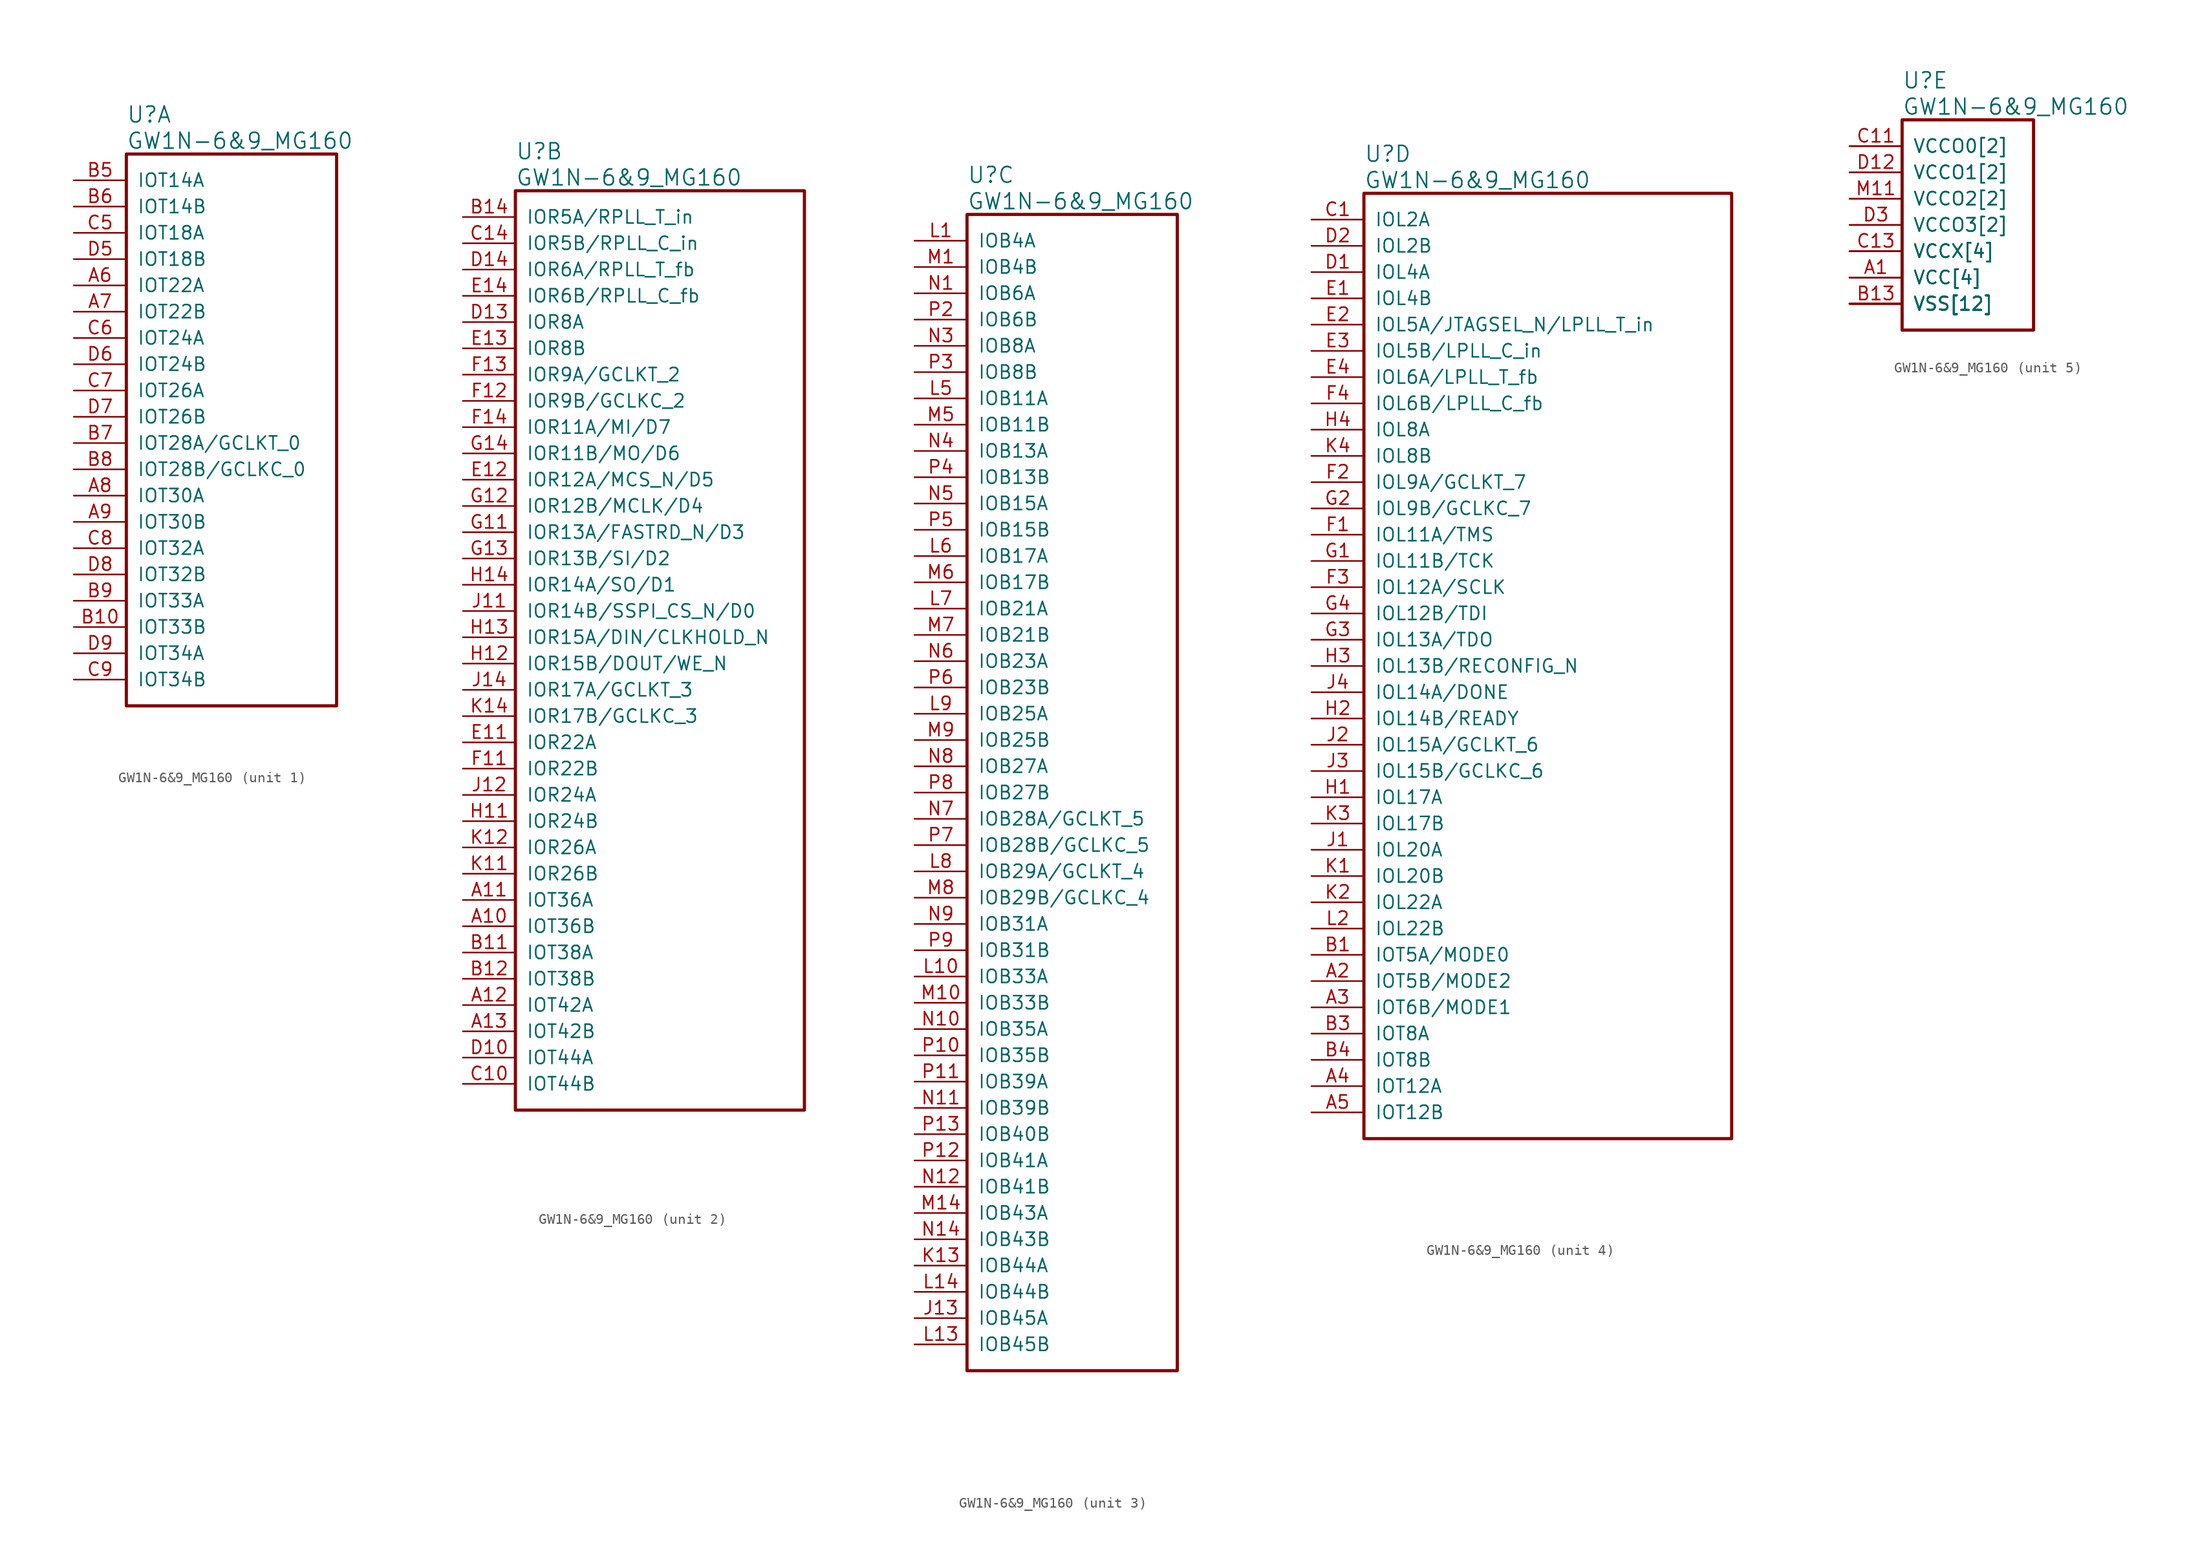
<source format=kicad_sym>
(kicad_symbol_lib
  (version 20211014)
  (generator kicad_symbol_editor)
  (symbol "GW1N-6&9_MG160"
    (pin_names
      (offset 1.016))
    (property "Reference" "U"
      (at 5.08 6.35 0)
      (effects (font (size 1.524 1.524)) (justify left)))
    (property "Value" "GW1N-6&9_MG160"
      (at 5.08 3.81 0)
      (effects (font (size 1.524 1.524)) (justify left)))
    (property "ki_locked" ""
      (at 0 0 0)
      (effects (font (size 1.27 1.27))))
    (symbol "GW1N-6&9_MG160_1_1"
      (rectangle (start 5.08 2.54) (end 25.4 -50.8) (stroke (width 0.305) (type default) (color 0 0 0 0)) (fill (type none)))
      (pin bidirectional line (at 0 -10.16 0) (length 5.08) (name "IOT22A" (effects (font (size 1.27 1.27)))) (number "A6" (effects (font (size 1.27 1.27)))))
      (pin bidirectional line (at 0 -12.7 0) (length 5.08) (name "IOT22B" (effects (font (size 1.27 1.27)))) (number "A7" (effects (font (size 1.27 1.27)))))
      (pin bidirectional line (at 0 -30.48 0) (length 5.08) (name "IOT30A" (effects (font (size 1.27 1.27)))) (number "A8" (effects (font (size 1.27 1.27)))))
      (pin bidirectional line (at 0 -33.02 0) (length 5.08) (name "IOT30B" (effects (font (size 1.27 1.27)))) (number "A9" (effects (font (size 1.27 1.27)))))
      (pin bidirectional line (at 0 -43.18 0) (length 5.08) (name "IOT33B" (effects (font (size 1.27 1.27)))) (number "B10" (effects (font (size 1.27 1.27)))))
      (pin bidirectional line (at 0 0 0) (length 5.08) (name "IOT14A" (effects (font (size 1.27 1.27)))) (number "B5" (effects (font (size 1.27 1.27)))))
      (pin bidirectional line (at 0 -2.54 0) (length 5.08) (name "IOT14B" (effects (font (size 1.27 1.27)))) (number "B6" (effects (font (size 1.27 1.27)))))
      (pin bidirectional line (at 0 -25.4 0) (length 5.08) (name "IOT28A/GCLKT_0" (effects (font (size 1.27 1.27)))) (number "B7" (effects (font (size 1.27 1.27)))))
      (pin bidirectional line (at 0 -27.94 0) (length 5.08) (name "IOT28B/GCLKC_0" (effects (font (size 1.27 1.27)))) (number "B8" (effects (font (size 1.27 1.27)))))
      (pin bidirectional line (at 0 -40.64 0) (length 5.08) (name "IOT33A" (effects (font (size 1.27 1.27)))) (number "B9" (effects (font (size 1.27 1.27)))))
      (pin bidirectional line (at 0 -5.08 0) (length 5.08) (name "IOT18A" (effects (font (size 1.27 1.27)))) (number "C5" (effects (font (size 1.27 1.27)))))
      (pin bidirectional line (at 0 -15.24 0) (length 5.08) (name "IOT24A" (effects (font (size 1.27 1.27)))) (number "C6" (effects (font (size 1.27 1.27)))))
      (pin bidirectional line (at 0 -20.32 0) (length 5.08) (name "IOT26A" (effects (font (size 1.27 1.27)))) (number "C7" (effects (font (size 1.27 1.27)))))
      (pin bidirectional line (at 0 -35.56 0) (length 5.08) (name "IOT32A" (effects (font (size 1.27 1.27)))) (number "C8" (effects (font (size 1.27 1.27)))))
      (pin bidirectional line (at 0 -48.26 0) (length 5.08) (name "IOT34B" (effects (font (size 1.27 1.27)))) (number "C9" (effects (font (size 1.27 1.27)))))
      (pin bidirectional line (at 0 -7.62 0) (length 5.08) (name "IOT18B" (effects (font (size 1.27 1.27)))) (number "D5" (effects (font (size 1.27 1.27)))))
      (pin bidirectional line (at 0 -17.78 0) (length 5.08) (name "IOT24B" (effects (font (size 1.27 1.27)))) (number "D6" (effects (font (size 1.27 1.27)))))
      (pin bidirectional line (at 0 -22.86 0) (length 5.08) (name "IOT26B" (effects (font (size 1.27 1.27)))) (number "D7" (effects (font (size 1.27 1.27)))))
      (pin bidirectional line (at 0 -38.1 0) (length 5.08) (name "IOT32B" (effects (font (size 1.27 1.27)))) (number "D8" (effects (font (size 1.27 1.27)))))
      (pin bidirectional line (at 0 -45.72 0) (length 5.08) (name "IOT34A" (effects (font (size 1.27 1.27)))) (number "D9" (effects (font (size 1.27 1.27))))))
    (symbol "GW1N-6&9_MG160_2_1"
      (rectangle (start 5.08 2.54) (end 33.02 -86.36) (stroke (width 0.305) (type default) (color 0 0 0 0)) (fill (type none)))
      (pin bidirectional line (at 0 -68.58 0) (length 5.08) (name "IOT36B" (effects (font (size 1.27 1.27)))) (number "A10" (effects (font (size 1.27 1.27)))))
      (pin bidirectional line (at 0 -66.04 0) (length 5.08) (name "IOT36A" (effects (font (size 1.27 1.27)))) (number "A11" (effects (font (size 1.27 1.27)))))
      (pin bidirectional line (at 0 -76.2 0) (length 5.08) (name "IOT42A" (effects (font (size 1.27 1.27)))) (number "A12" (effects (font (size 1.27 1.27)))))
      (pin bidirectional line (at 0 -78.74 0) (length 5.08) (name "IOT42B" (effects (font (size 1.27 1.27)))) (number "A13" (effects (font (size 1.27 1.27)))))
      (pin bidirectional line (at 0 -71.12 0) (length 5.08) (name "IOT38A" (effects (font (size 1.27 1.27)))) (number "B11" (effects (font (size 1.27 1.27)))))
      (pin bidirectional line (at 0 -73.66 0) (length 5.08) (name "IOT38B" (effects (font (size 1.27 1.27)))) (number "B12" (effects (font (size 1.27 1.27)))))
      (pin bidirectional line (at 0 0 0) (length 5.08) (name "IOR5A/RPLL_T_in" (effects (font (size 1.27 1.27)))) (number "B14" (effects (font (size 1.27 1.27)))))
      (pin bidirectional line (at 0 -83.82 0) (length 5.08) (name "IOT44B" (effects (font (size 1.27 1.27)))) (number "C10" (effects (font (size 1.27 1.27)))))
      (pin bidirectional line (at 0 -2.54 0) (length 5.08) (name "IOR5B/RPLL_C_in" (effects (font (size 1.27 1.27)))) (number "C14" (effects (font (size 1.27 1.27)))))
      (pin bidirectional line (at 0 -81.28 0) (length 5.08) (name "IOT44A" (effects (font (size 1.27 1.27)))) (number "D10" (effects (font (size 1.27 1.27)))))
      (pin bidirectional line (at 0 -10.16 0) (length 5.08) (name "IOR8A" (effects (font (size 1.27 1.27)))) (number "D13" (effects (font (size 1.27 1.27)))))
      (pin bidirectional line (at 0 -5.08 0) (length 5.08) (name "IOR6A/RPLL_T_fb" (effects (font (size 1.27 1.27)))) (number "D14" (effects (font (size 1.27 1.27)))))
      (pin bidirectional line (at 0 -50.8 0) (length 5.08) (name "IOR22A" (effects (font (size 1.27 1.27)))) (number "E11" (effects (font (size 1.27 1.27)))))
      (pin bidirectional line (at 0 -25.4 0) (length 5.08) (name "IOR12A/MCS_N/D5" (effects (font (size 1.27 1.27)))) (number "E12" (effects (font (size 1.27 1.27)))))
      (pin bidirectional line (at 0 -12.7 0) (length 5.08) (name "IOR8B" (effects (font (size 1.27 1.27)))) (number "E13" (effects (font (size 1.27 1.27)))))
      (pin bidirectional line (at 0 -7.62 0) (length 5.08) (name "IOR6B/RPLL_C_fb" (effects (font (size 1.27 1.27)))) (number "E14" (effects (font (size 1.27 1.27)))))
      (pin bidirectional line (at 0 -53.34 0) (length 5.08) (name "IOR22B" (effects (font (size 1.27 1.27)))) (number "F11" (effects (font (size 1.27 1.27)))))
      (pin bidirectional line (at 0 -17.78 0) (length 5.08) (name "IOR9B/GCLKC_2" (effects (font (size 1.27 1.27)))) (number "F12" (effects (font (size 1.27 1.27)))))
      (pin bidirectional line (at 0 -15.24 0) (length 5.08) (name "IOR9A/GCLKT_2" (effects (font (size 1.27 1.27)))) (number "F13" (effects (font (size 1.27 1.27)))))
      (pin bidirectional line (at 0 -20.32 0) (length 5.08) (name "IOR11A/MI/D7" (effects (font (size 1.27 1.27)))) (number "F14" (effects (font (size 1.27 1.27)))))
      (pin bidirectional line (at 0 -30.48 0) (length 5.08) (name "IOR13A/FASTRD_N/D3" (effects (font (size 1.27 1.27)))) (number "G11" (effects (font (size 1.27 1.27)))))
      (pin bidirectional line (at 0 -27.94 0) (length 5.08) (name "IOR12B/MCLK/D4" (effects (font (size 1.27 1.27)))) (number "G12" (effects (font (size 1.27 1.27)))))
      (pin bidirectional line (at 0 -33.02 0) (length 5.08) (name "IOR13B/SI/D2" (effects (font (size 1.27 1.27)))) (number "G13" (effects (font (size 1.27 1.27)))))
      (pin bidirectional line (at 0 -22.86 0) (length 5.08) (name "IOR11B/MO/D6" (effects (font (size 1.27 1.27)))) (number "G14" (effects (font (size 1.27 1.27)))))
      (pin bidirectional line (at 0 -58.42 0) (length 5.08) (name "IOR24B" (effects (font (size 1.27 1.27)))) (number "H11" (effects (font (size 1.27 1.27)))))
      (pin bidirectional line (at 0 -43.18 0) (length 5.08) (name "IOR15B/DOUT/WE_N" (effects (font (size 1.27 1.27)))) (number "H12" (effects (font (size 1.27 1.27)))))
      (pin bidirectional line (at 0 -40.64 0) (length 5.08) (name "IOR15A/DIN/CLKHOLD_N" (effects (font (size 1.27 1.27)))) (number "H13" (effects (font (size 1.27 1.27)))))
      (pin bidirectional line (at 0 -35.56 0) (length 5.08) (name "IOR14A/SO/D1" (effects (font (size 1.27 1.27)))) (number "H14" (effects (font (size 1.27 1.27)))))
      (pin bidirectional line (at 0 -38.1 0) (length 5.08) (name "IOR14B/SSPI_CS_N/D0" (effects (font (size 1.27 1.27)))) (number "J11" (effects (font (size 1.27 1.27)))))
      (pin bidirectional line (at 0 -55.88 0) (length 5.08) (name "IOR24A" (effects (font (size 1.27 1.27)))) (number "J12" (effects (font (size 1.27 1.27)))))
      (pin bidirectional line (at 0 -45.72 0) (length 5.08) (name "IOR17A/GCLKT_3" (effects (font (size 1.27 1.27)))) (number "J14" (effects (font (size 1.27 1.27)))))
      (pin bidirectional line (at 0 -63.5 0) (length 5.08) (name "IOR26B" (effects (font (size 1.27 1.27)))) (number "K11" (effects (font (size 1.27 1.27)))))
      (pin bidirectional line (at 0 -60.96 0) (length 5.08) (name "IOR26A" (effects (font (size 1.27 1.27)))) (number "K12" (effects (font (size 1.27 1.27)))))
      (pin bidirectional line (at 0 -48.26 0) (length 5.08) (name "IOR17B/GCLKC_3" (effects (font (size 1.27 1.27)))) (number "K14" (effects (font (size 1.27 1.27))))))
    (symbol "GW1N-6&9_MG160_3_1"
      (rectangle (start 5.08 2.54) (end 25.4 -109.22) (stroke (width 0.305) (type default) (color 0 0 0 0)) (fill (type none)))
      (pin bidirectional line (at 0 -104.14 0) (length 5.08) (name "IOB45A" (effects (font (size 1.27 1.27)))) (number "J13" (effects (font (size 1.27 1.27)))))
      (pin bidirectional line (at 0 -99.06 0) (length 5.08) (name "IOB44A" (effects (font (size 1.27 1.27)))) (number "K13" (effects (font (size 1.27 1.27)))))
      (pin bidirectional line (at 0 0 0) (length 5.08) (name "IOB4A" (effects (font (size 1.27 1.27)))) (number "L1" (effects (font (size 1.27 1.27)))))
      (pin bidirectional line (at 0 -71.12 0) (length 5.08) (name "IOB33A" (effects (font (size 1.27 1.27)))) (number "L10" (effects (font (size 1.27 1.27)))))
      (pin bidirectional line (at 0 -106.68 0) (length 5.08) (name "IOB45B" (effects (font (size 1.27 1.27)))) (number "L13" (effects (font (size 1.27 1.27)))))
      (pin bidirectional line (at 0 -101.6 0) (length 5.08) (name "IOB44B" (effects (font (size 1.27 1.27)))) (number "L14" (effects (font (size 1.27 1.27)))))
      (pin bidirectional line (at 0 -15.24 0) (length 5.08) (name "IOB11A" (effects (font (size 1.27 1.27)))) (number "L5" (effects (font (size 1.27 1.27)))))
      (pin bidirectional line (at 0 -30.48 0) (length 5.08) (name "IOB17A" (effects (font (size 1.27 1.27)))) (number "L6" (effects (font (size 1.27 1.27)))))
      (pin bidirectional line (at 0 -35.56 0) (length 5.08) (name "IOB21A" (effects (font (size 1.27 1.27)))) (number "L7" (effects (font (size 1.27 1.27)))))
      (pin bidirectional line (at 0 -60.96 0) (length 5.08) (name "IOB29A/GCLKT_4" (effects (font (size 1.27 1.27)))) (number "L8" (effects (font (size 1.27 1.27)))))
      (pin bidirectional line (at 0 -45.72 0) (length 5.08) (name "IOB25A" (effects (font (size 1.27 1.27)))) (number "L9" (effects (font (size 1.27 1.27)))))
      (pin bidirectional line (at 0 -2.54 0) (length 5.08) (name "IOB4B" (effects (font (size 1.27 1.27)))) (number "M1" (effects (font (size 1.27 1.27)))))
      (pin bidirectional line (at 0 -73.66 0) (length 5.08) (name "IOB33B" (effects (font (size 1.27 1.27)))) (number "M10" (effects (font (size 1.27 1.27)))))
      (pin bidirectional line (at 0 -93.98 0) (length 5.08) (name "IOB43A" (effects (font (size 1.27 1.27)))) (number "M14" (effects (font (size 1.27 1.27)))))
      (pin bidirectional line (at 0 -17.78 0) (length 5.08) (name "IOB11B" (effects (font (size 1.27 1.27)))) (number "M5" (effects (font (size 1.27 1.27)))))
      (pin bidirectional line (at 0 -33.02 0) (length 5.08) (name "IOB17B" (effects (font (size 1.27 1.27)))) (number "M6" (effects (font (size 1.27 1.27)))))
      (pin bidirectional line (at 0 -38.1 0) (length 5.08) (name "IOB21B" (effects (font (size 1.27 1.27)))) (number "M7" (effects (font (size 1.27 1.27)))))
      (pin bidirectional line (at 0 -63.5 0) (length 5.08) (name "IOB29B/GCLKC_4" (effects (font (size 1.27 1.27)))) (number "M8" (effects (font (size 1.27 1.27)))))
      (pin bidirectional line (at 0 -48.26 0) (length 5.08) (name "IOB25B" (effects (font (size 1.27 1.27)))) (number "M9" (effects (font (size 1.27 1.27)))))
      (pin bidirectional line (at 0 -5.08 0) (length 5.08) (name "IOB6A" (effects (font (size 1.27 1.27)))) (number "N1" (effects (font (size 1.27 1.27)))))
      (pin bidirectional line (at 0 -76.2 0) (length 5.08) (name "IOB35A" (effects (font (size 1.27 1.27)))) (number "N10" (effects (font (size 1.27 1.27)))))
      (pin bidirectional line (at 0 -83.82 0) (length 5.08) (name "IOB39B" (effects (font (size 1.27 1.27)))) (number "N11" (effects (font (size 1.27 1.27)))))
      (pin bidirectional line (at 0 -91.44 0) (length 5.08) (name "IOB41B" (effects (font (size 1.27 1.27)))) (number "N12" (effects (font (size 1.27 1.27)))))
      (pin bidirectional line (at 0 -96.52 0) (length 5.08) (name "IOB43B" (effects (font (size 1.27 1.27)))) (number "N14" (effects (font (size 1.27 1.27)))))
      (pin bidirectional line (at 0 -10.16 0) (length 5.08) (name "IOB8A" (effects (font (size 1.27 1.27)))) (number "N3" (effects (font (size 1.27 1.27)))))
      (pin bidirectional line (at 0 -20.32 0) (length 5.08) (name "IOB13A" (effects (font (size 1.27 1.27)))) (number "N4" (effects (font (size 1.27 1.27)))))
      (pin bidirectional line (at 0 -25.4 0) (length 5.08) (name "IOB15A" (effects (font (size 1.27 1.27)))) (number "N5" (effects (font (size 1.27 1.27)))))
      (pin bidirectional line (at 0 -40.64 0) (length 5.08) (name "IOB23A" (effects (font (size 1.27 1.27)))) (number "N6" (effects (font (size 1.27 1.27)))))
      (pin bidirectional line (at 0 -55.88 0) (length 5.08) (name "IOB28A/GCLKT_5" (effects (font (size 1.27 1.27)))) (number "N7" (effects (font (size 1.27 1.27)))))
      (pin bidirectional line (at 0 -50.8 0) (length 5.08) (name "IOB27A" (effects (font (size 1.27 1.27)))) (number "N8" (effects (font (size 1.27 1.27)))))
      (pin bidirectional line (at 0 -66.04 0) (length 5.08) (name "IOB31A" (effects (font (size 1.27 1.27)))) (number "N9" (effects (font (size 1.27 1.27)))))
      (pin bidirectional line (at 0 -78.74 0) (length 5.08) (name "IOB35B" (effects (font (size 1.27 1.27)))) (number "P10" (effects (font (size 1.27 1.27)))))
      (pin bidirectional line (at 0 -81.28 0) (length 5.08) (name "IOB39A" (effects (font (size 1.27 1.27)))) (number "P11" (effects (font (size 1.27 1.27)))))
      (pin bidirectional line (at 0 -88.9 0) (length 5.08) (name "IOB41A" (effects (font (size 1.27 1.27)))) (number "P12" (effects (font (size 1.27 1.27)))))
      (pin bidirectional line (at 0 -86.36 0) (length 5.08) (name "IOB40B" (effects (font (size 1.27 1.27)))) (number "P13" (effects (font (size 1.27 1.27)))))
      (pin bidirectional line (at 0 -7.62 0) (length 5.08) (name "IOB6B" (effects (font (size 1.27 1.27)))) (number "P2" (effects (font (size 1.27 1.27)))))
      (pin bidirectional line (at 0 -12.7 0) (length 5.08) (name "IOB8B" (effects (font (size 1.27 1.27)))) (number "P3" (effects (font (size 1.27 1.27)))))
      (pin bidirectional line (at 0 -22.86 0) (length 5.08) (name "IOB13B" (effects (font (size 1.27 1.27)))) (number "P4" (effects (font (size 1.27 1.27)))))
      (pin bidirectional line (at 0 -27.94 0) (length 5.08) (name "IOB15B" (effects (font (size 1.27 1.27)))) (number "P5" (effects (font (size 1.27 1.27)))))
      (pin bidirectional line (at 0 -43.18 0) (length 5.08) (name "IOB23B" (effects (font (size 1.27 1.27)))) (number "P6" (effects (font (size 1.27 1.27)))))
      (pin bidirectional line (at 0 -58.42 0) (length 5.08) (name "IOB28B/GCLKC_5" (effects (font (size 1.27 1.27)))) (number "P7" (effects (font (size 1.27 1.27)))))
      (pin bidirectional line (at 0 -53.34 0) (length 5.08) (name "IOB27B" (effects (font (size 1.27 1.27)))) (number "P8" (effects (font (size 1.27 1.27)))))
      (pin bidirectional line (at 0 -68.58 0) (length 5.08) (name "IOB31B" (effects (font (size 1.27 1.27)))) (number "P9" (effects (font (size 1.27 1.27))))))
    (symbol "GW1N-6&9_MG160_4_1"
      (rectangle (start 5.08 2.54) (end 40.64 -88.9) (stroke (width 0.305) (type default) (color 0 0 0 0)) (fill (type none)))
      (pin bidirectional line (at 0 -73.66 0) (length 5.08) (name "IOT5B/MODE2" (effects (font (size 1.27 1.27)))) (number "A2" (effects (font (size 1.27 1.27)))))
      (pin bidirectional line (at 0 -76.2 0) (length 5.08) (name "IOT6B/MODE1" (effects (font (size 1.27 1.27)))) (number "A3" (effects (font (size 1.27 1.27)))))
      (pin bidirectional line (at 0 -83.82 0) (length 5.08) (name "IOT12A" (effects (font (size 1.27 1.27)))) (number "A4" (effects (font (size 1.27 1.27)))))
      (pin bidirectional line (at 0 -86.36 0) (length 5.08) (name "IOT12B" (effects (font (size 1.27 1.27)))) (number "A5" (effects (font (size 1.27 1.27)))))
      (pin bidirectional line (at 0 -71.12 0) (length 5.08) (name "IOT5A/MODE0" (effects (font (size 1.27 1.27)))) (number "B1" (effects (font (size 1.27 1.27)))))
      (pin bidirectional line (at 0 -78.74 0) (length 5.08) (name "IOT8A" (effects (font (size 1.27 1.27)))) (number "B3" (effects (font (size 1.27 1.27)))))
      (pin bidirectional line (at 0 -81.28 0) (length 5.08) (name "IOT8B" (effects (font (size 1.27 1.27)))) (number "B4" (effects (font (size 1.27 1.27)))))
      (pin bidirectional line (at 0 0 0) (length 5.08) (name "IOL2A" (effects (font (size 1.27 1.27)))) (number "C1" (effects (font (size 1.27 1.27)))))
      (pin bidirectional line (at 0 -5.08 0) (length 5.08) (name "IOL4A" (effects (font (size 1.27 1.27)))) (number "D1" (effects (font (size 1.27 1.27)))))
      (pin bidirectional line (at 0 -2.54 0) (length 5.08) (name "IOL2B" (effects (font (size 1.27 1.27)))) (number "D2" (effects (font (size 1.27 1.27)))))
      (pin bidirectional line (at 0 -7.62 0) (length 5.08) (name "IOL4B" (effects (font (size 1.27 1.27)))) (number "E1" (effects (font (size 1.27 1.27)))))
      (pin bidirectional line (at 0 -10.16 0) (length 5.08) (name "IOL5A/JTAGSEL_N/LPLL_T_in" (effects (font (size 1.27 1.27)))) (number "E2" (effects (font (size 1.27 1.27)))))
      (pin bidirectional line (at 0 -12.7 0) (length 5.08) (name "IOL5B/LPLL_C_in" (effects (font (size 1.27 1.27)))) (number "E3" (effects (font (size 1.27 1.27)))))
      (pin bidirectional line (at 0 -15.24 0) (length 5.08) (name "IOL6A/LPLL_T_fb" (effects (font (size 1.27 1.27)))) (number "E4" (effects (font (size 1.27 1.27)))))
      (pin bidirectional line (at 0 -30.48 0) (length 5.08) (name "IOL11A/TMS" (effects (font (size 1.27 1.27)))) (number "F1" (effects (font (size 1.27 1.27)))))
      (pin bidirectional line (at 0 -25.4 0) (length 5.08) (name "IOL9A/GCLKT_7" (effects (font (size 1.27 1.27)))) (number "F2" (effects (font (size 1.27 1.27)))))
      (pin bidirectional line (at 0 -35.56 0) (length 5.08) (name "IOL12A/SCLK" (effects (font (size 1.27 1.27)))) (number "F3" (effects (font (size 1.27 1.27)))))
      (pin bidirectional line (at 0 -17.78 0) (length 5.08) (name "IOL6B/LPLL_C_fb" (effects (font (size 1.27 1.27)))) (number "F4" (effects (font (size 1.27 1.27)))))
      (pin bidirectional line (at 0 -33.02 0) (length 5.08) (name "IOL11B/TCK" (effects (font (size 1.27 1.27)))) (number "G1" (effects (font (size 1.27 1.27)))))
      (pin bidirectional line (at 0 -27.94 0) (length 5.08) (name "IOL9B/GCLKC_7" (effects (font (size 1.27 1.27)))) (number "G2" (effects (font (size 1.27 1.27)))))
      (pin bidirectional line (at 0 -40.64 0) (length 5.08) (name "IOL13A/TDO" (effects (font (size 1.27 1.27)))) (number "G3" (effects (font (size 1.27 1.27)))))
      (pin bidirectional line (at 0 -38.1 0) (length 5.08) (name "IOL12B/TDI" (effects (font (size 1.27 1.27)))) (number "G4" (effects (font (size 1.27 1.27)))))
      (pin bidirectional line (at 0 -55.88 0) (length 5.08) (name "IOL17A" (effects (font (size 1.27 1.27)))) (number "H1" (effects (font (size 1.27 1.27)))))
      (pin bidirectional line (at 0 -48.26 0) (length 5.08) (name "IOL14B/READY" (effects (font (size 1.27 1.27)))) (number "H2" (effects (font (size 1.27 1.27)))))
      (pin bidirectional line (at 0 -43.18 0) (length 5.08) (name "IOL13B/RECONFIG_N" (effects (font (size 1.27 1.27)))) (number "H3" (effects (font (size 1.27 1.27)))))
      (pin bidirectional line (at 0 -20.32 0) (length 5.08) (name "IOL8A" (effects (font (size 1.27 1.27)))) (number "H4" (effects (font (size 1.27 1.27)))))
      (pin bidirectional line (at 0 -60.96 0) (length 5.08) (name "IOL20A" (effects (font (size 1.27 1.27)))) (number "J1" (effects (font (size 1.27 1.27)))))
      (pin bidirectional line (at 0 -50.8 0) (length 5.08) (name "IOL15A/GCLKT_6" (effects (font (size 1.27 1.27)))) (number "J2" (effects (font (size 1.27 1.27)))))
      (pin bidirectional line (at 0 -53.34 0) (length 5.08) (name "IOL15B/GCLKC_6" (effects (font (size 1.27 1.27)))) (number "J3" (effects (font (size 1.27 1.27)))))
      (pin bidirectional line (at 0 -45.72 0) (length 5.08) (name "IOL14A/DONE" (effects (font (size 1.27 1.27)))) (number "J4" (effects (font (size 1.27 1.27)))))
      (pin bidirectional line (at 0 -63.5 0) (length 5.08) (name "IOL20B" (effects (font (size 1.27 1.27)))) (number "K1" (effects (font (size 1.27 1.27)))))
      (pin bidirectional line (at 0 -66.04 0) (length 5.08) (name "IOL22A" (effects (font (size 1.27 1.27)))) (number "K2" (effects (font (size 1.27 1.27)))))
      (pin bidirectional line (at 0 -58.42 0) (length 5.08) (name "IOL17B" (effects (font (size 1.27 1.27)))) (number "K3" (effects (font (size 1.27 1.27)))))
      (pin bidirectional line (at 0 -22.86 0) (length 5.08) (name "IOL8B" (effects (font (size 1.27 1.27)))) (number "K4" (effects (font (size 1.27 1.27)))))
      (pin bidirectional line (at 0 -68.58 0) (length 5.08) (name "IOL22B" (effects (font (size 1.27 1.27)))) (number "L2" (effects (font (size 1.27 1.27))))))
    (symbol "GW1N-6&9_MG160_5_1"
      (rectangle (start 5.08 2.54) (end 17.78 -17.78) (stroke (width 0.305) (type default) (color 0 0 0 0)) (fill (type none)))
      (pin power_in line (at 0 -12.7 0) (length 5.08) (name "VCC[4]" (effects (font (size 1.27 1.27)))) (number "A1" (effects (font (size 1.27 1.27)))))
      (pin power_in line (at 0 -12.7 0) (length 5.08) (name "VCC[4]" (effects (font (size 1.27 1.27)))) (number "A14" (effects (font (size 0 0)))))
      (pin power_in line (at 0 -15.24 0) (length 5.08) (name "VSS[12]" (effects (font (size 1.27 1.27)))) (number "B13" (effects (font (size 1.27 1.27)))))
      (pin power_in line (at 0 -15.24 0) (length 5.08) (name "VSS[12]" (effects (font (size 1.27 1.27)))) (number "B2" (effects (font (size 0 0)))))
      (pin power_in line (at 0 0 0) (length 5.08) (name "VCCO0[2]" (effects (font (size 1.27 1.27)))) (number "C11" (effects (font (size 1.27 1.27)))))
      (pin power_in line (at 0 -15.24 0) (length 5.08) (name "VSS[12]" (effects (font (size 1.27 1.27)))) (number "C12" (effects (font (size 0 0)))))
      (pin power_in line (at 0 -10.16 0) (length 5.08) (name "VCCX[4]" (effects (font (size 1.27 1.27)))) (number "C13" (effects (font (size 1.27 1.27)))))
      (pin power_in line (at 0 -10.16 0) (length 5.08) (name "VCCX[4]" (effects (font (size 1.27 1.27)))) (number "C2" (effects (font (size 0 0)))))
      (pin power_in line (at 0 -15.24 0) (length 5.08) (name "VSS[12]" (effects (font (size 1.27 1.27)))) (number "C3" (effects (font (size 0 0)))))
      (pin power_in line (at 0 0 0) (length 5.08) (name "VCCO0[2]" (effects (font (size 1.27 1.27)))) (number "C4" (effects (font (size 0 0)))))
      (pin power_in line (at 0 -15.24 0) (length 5.08) (name "VSS[12]" (effects (font (size 1.27 1.27)))) (number "D11" (effects (font (size 0 0)))))
      (pin power_in line (at 0 -2.54 0) (length 5.08) (name "VCCO1[2]" (effects (font (size 1.27 1.27)))) (number "D12" (effects (font (size 1.27 1.27)))))
      (pin power_in line (at 0 -7.62 0) (length 5.08) (name "VCCO3[2]" (effects (font (size 1.27 1.27)))) (number "D3" (effects (font (size 1.27 1.27)))))
      (pin power_in line (at 0 -15.24 0) (length 5.08) (name "VSS[12]" (effects (font (size 1.27 1.27)))) (number "D4" (effects (font (size 0 0)))))
      (pin power_in line (at 0 -15.24 0) (length 5.08) (name "VSS[12]" (effects (font (size 1.27 1.27)))) (number "L11" (effects (font (size 0 0)))))
      (pin power_in line (at 0 -2.54 0) (length 5.08) (name "VCCO1[2]" (effects (font (size 1.27 1.27)))) (number "L12" (effects (font (size 0 0)))))
      (pin power_in line (at 0 -7.62 0) (length 5.08) (name "VCCO3[2]" (effects (font (size 1.27 1.27)))) (number "L3" (effects (font (size 0 0)))))
      (pin power_in line (at 0 -15.24 0) (length 5.08) (name "VSS[12]" (effects (font (size 1.27 1.27)))) (number "L4" (effects (font (size 0 0)))))
      (pin power_in line (at 0 -5.08 0) (length 5.08) (name "VCCO2[2]" (effects (font (size 1.27 1.27)))) (number "M11" (effects (font (size 1.27 1.27)))))
      (pin power_in line (at 0 -15.24 0) (length 5.08) (name "VSS[12]" (effects (font (size 1.27 1.27)))) (number "M12" (effects (font (size 0 0)))))
      (pin power_in line (at 0 -10.16 0) (length 5.08) (name "VCCX[4]" (effects (font (size 1.27 1.27)))) (number "M13" (effects (font (size 0 0)))))
      (pin power_in line (at 0 -10.16 0) (length 5.08) (name "VCCX[4]" (effects (font (size 1.27 1.27)))) (number "M2" (effects (font (size 0 0)))))
      (pin power_in line (at 0 -15.24 0) (length 5.08) (name "VSS[12]" (effects (font (size 1.27 1.27)))) (number "M3" (effects (font (size 0 0)))))
      (pin power_in line (at 0 -5.08 0) (length 5.08) (name "VCCO2[2]" (effects (font (size 1.27 1.27)))) (number "M4" (effects (font (size 0 0)))))
      (pin power_in line (at 0 -15.24 0) (length 5.08) (name "VSS[12]" (effects (font (size 1.27 1.27)))) (number "N13" (effects (font (size 0 0)))))
      (pin power_in line (at 0 -15.24 0) (length 5.08) (name "VSS[12]" (effects (font (size 1.27 1.27)))) (number "N2" (effects (font (size 0 0)))))
      (pin power_in line (at 0 -12.7 0) (length 5.08) (name "VCC[4]" (effects (font (size 1.27 1.27)))) (number "P1" (effects (font (size 0 0)))))
      (pin power_in line (at 0 -12.7 0) (length 5.08) (name "VCC[4]" (effects (font (size 1.27 1.27)))) (number "P14" (effects (font (size 0 0))))))))
</source>
